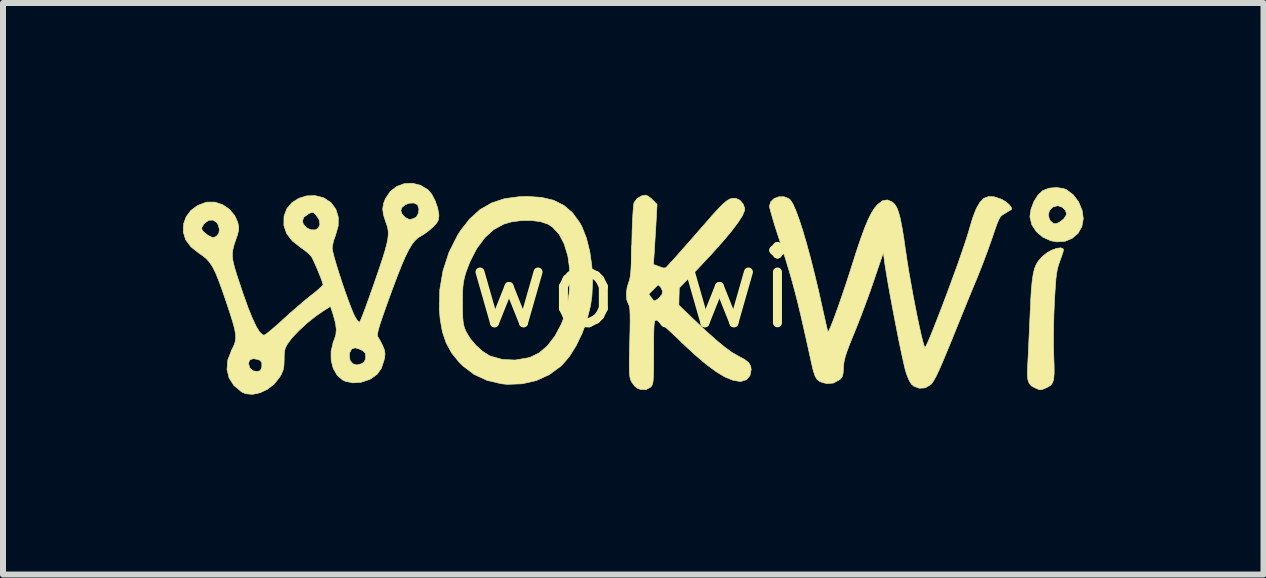
<source format=kicad_pcb>
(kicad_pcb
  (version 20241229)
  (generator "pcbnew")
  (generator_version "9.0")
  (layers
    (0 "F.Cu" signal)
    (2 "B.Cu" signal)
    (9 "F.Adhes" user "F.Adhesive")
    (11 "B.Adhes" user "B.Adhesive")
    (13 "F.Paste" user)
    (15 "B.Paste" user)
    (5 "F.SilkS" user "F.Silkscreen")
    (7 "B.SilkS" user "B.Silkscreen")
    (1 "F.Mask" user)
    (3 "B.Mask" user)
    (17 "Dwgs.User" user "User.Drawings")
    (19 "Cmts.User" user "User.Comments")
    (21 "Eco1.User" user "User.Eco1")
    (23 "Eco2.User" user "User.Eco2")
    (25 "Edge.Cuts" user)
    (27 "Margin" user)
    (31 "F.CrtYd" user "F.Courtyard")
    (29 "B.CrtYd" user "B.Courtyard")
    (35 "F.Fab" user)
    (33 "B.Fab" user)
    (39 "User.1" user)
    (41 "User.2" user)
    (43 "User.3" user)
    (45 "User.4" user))
  (footprint "wokwi"
    (layer "F.Cu")
    (at 7.493 1.752)
    (property "Reference" "wokwi" (at 0 0 0) (layer "F.SilkS") (effects (font (size 1.27 1.27) (thickness 0.15))))
    (attr through_hole)
    (fp_poly (pts (xy 7.186 -1.659) (xy 7.236 -1.64) (xy 7.351 -1.554) (xy 7.441 -1.434) (xy 7.499 -1.293) (xy 7.518 -1.156) (xy 7.494 -1.023) (xy 7.431 -0.913) (xy 7.335 -0.83) (xy 7.216 -0.78) (xy 7.081 -0.769) (xy 6.976 -0.788) (xy 6.842 -0.849) (xy 6.735 -0.941) (xy 6.661 -1.053) (xy 6.63 -1.177) (xy 6.629 -1.197) (xy 6.633 -1.225) (xy 6.935 -1.225) (xy 6.952 -1.148) (xy 6.976 -1.113) (xy 7.021 -1.075) (xy 7.065 -1.072) (xy 7.12 -1.096) (xy 7.192 -1.151) (xy 7.233 -1.215) (xy 7.238 -1.243) (xy 7.217 -1.3) (xy 7.165 -1.348) (xy 7.098 -1.371) (xy 7.091 -1.372) (xy 7.011 -1.351) (xy 6.957 -1.297) (xy 6.935 -1.225) (xy 6.633 -1.225) (xy 6.647 -1.315) (xy 6.693 -1.437) (xy 6.759 -1.545) (xy 6.837 -1.62) (xy 6.844 -1.625) (xy 6.947 -1.664) (xy 7.069 -1.676) (xy 7.186 -1.659)) (stroke (width 0.01) (type solid)) (fill yes) (layer "F.SilkS"))
    (fp_poly (pts (xy 7.181 -0.655) (xy 7.188 -0.633) (xy 7.18 -0.6) (xy 7.158 -0.533) (xy 7.127 -0.448) (xy 7.126 -0.445) (xy 7.104 -0.381) (xy 7.086 -0.316) (xy 7.073 -0.24) (xy 7.061 -0.145) (xy 7.052 -0.021) (xy 7.042 0.139) (xy 7.036 0.248) (xy 7.028 0.438) (xy 7.023 0.641) (xy 7.021 0.84) (xy 7.022 1.018) (xy 7.026 1.144) (xy 7.032 1.309) (xy 7.032 1.431) (xy 7.024 1.519) (xy 7.006 1.579) (xy 6.975 1.62) (xy 6.93 1.65) (xy 6.895 1.666) (xy 6.837 1.69) (xy 6.802 1.697) (xy 6.767 1.688) (xy 6.714 1.665) (xy 6.654 1.632) (xy 6.615 1.588) (xy 6.593 1.523) (xy 6.586 1.429) (xy 6.591 1.294) (xy 6.591 1.29) (xy 6.596 1.196) (xy 6.603 1.063) (xy 6.61 0.899) (xy 6.619 0.717) (xy 6.627 0.527) (xy 6.632 0.419) (xy 6.642 0.195) (xy 6.653 0.016) (xy 6.667 -0.126) (xy 6.684 -0.237) (xy 6.705 -0.324) (xy 6.734 -0.393) (xy 6.77 -0.451) (xy 6.816 -0.504) (xy 6.844 -0.532) (xy 6.917 -0.59) (xy 6.998 -0.634) (xy 7.076 -0.662) (xy 7.141 -0.67) (xy 7.181 -0.655)) (stroke (width 0.01) (type solid)) (fill yes) (layer "F.SilkS"))
    (fp_poly (pts (xy -1.514 -1.511) (xy -1.311 -1.462) (xy -1.141 -1.377) (xy -0.999 -1.256) (xy -0.881 -1.095) (xy -0.842 -1.025) (xy -0.767 -0.836) (xy -0.711 -0.613) (xy -0.676 -0.37) (xy -0.663 -0.118) (xy -0.674 0.128) (xy -0.697 0.292) (xy -0.755 0.525) (xy -0.836 0.751) (xy -0.937 0.961) (xy -1.051 1.143) (xy -1.173 1.286) (xy -1.192 1.303) (xy -1.385 1.444) (xy -1.602 1.543) (xy -1.838 1.597) (xy -2.085 1.606) (xy -2.184 1.596) (xy -2.423 1.54) (xy -2.639 1.44) (xy -2.828 1.297) (xy -2.89 1.235) (xy -3.013 1.082) (xy -3.103 0.918) (xy -3.166 0.735) (xy -3.204 0.521) (xy -3.218 0.356) (xy -3.215 0.248) (xy -2.832 0.248) (xy -2.832 0.254) (xy -2.831 0.398) (xy -2.827 0.503) (xy -2.819 0.58) (xy -2.806 0.642) (xy -2.785 0.7) (xy -2.772 0.729) (xy -2.704 0.843) (xy -2.606 0.958) (xy -2.495 1.057) (xy -2.385 1.127) (xy -2.368 1.135) (xy -2.168 1.191) (xy -1.954 1.201) (xy -1.734 1.163) (xy -1.697 1.152) (xy -1.551 1.08) (xy -1.414 0.962) (xy -1.291 0.802) (xy -1.185 0.603) (xy -1.126 0.453) (xy -1.082 0.282) (xy -1.054 0.081) (xy -1.042 -0.133) (xy -1.049 -0.341) (xy -1.074 -0.526) (xy -1.077 -0.539) (xy -1.138 -0.739) (xy -1.223 -0.899) (xy -1.331 -1.015) (xy -1.405 -1.064) (xy -1.528 -1.106) (xy -1.681 -1.126) (xy -1.848 -1.125) (xy -2.014 -1.103) (xy -2.141 -1.067) (xy -2.308 -0.977) (xy -2.459 -0.841) (xy -2.593 -0.661) (xy -2.708 -0.438) (xy -2.773 -0.267) (xy -2.798 -0.183) (xy -2.815 -0.103) (xy -2.826 -0.014) (xy -2.831 0.099) (xy -2.832 0.248) (xy -3.215 0.248) (xy -3.211 0.031) (xy -3.157 -0.287) (xy -3.058 -0.592) (xy -2.916 -0.875) (xy -2.867 -0.953) (xy -2.711 -1.153) (xy -2.54 -1.307) (xy -2.347 -1.418) (xy -2.13 -1.49) (xy -1.881 -1.523) (xy -1.754 -1.527) (xy -1.514 -1.511)) (stroke (width 0.01) (type solid)) (fill yes) (layer "F.SilkS"))
    (fp_poly (pts (xy 0.26 -1.533) (xy 0.316 -1.49) (xy 0.335 -1.472) (xy 0.412 -1.395) (xy 0.396 -1.11) (xy 0.388 -0.966) (xy 0.378 -0.811) (xy 0.37 -0.672) (xy 0.366 -0.609) (xy 0.351 -0.393) (xy 0.448 -0.358) (xy 0.545 -0.323) (xy 0.694 -0.485) (xy 0.757 -0.555) (xy 0.845 -0.655) (xy 0.951 -0.775) (xy 1.066 -0.907) (xy 1.184 -1.042) (xy 1.201 -1.061) (xy 1.328 -1.207) (xy 1.428 -1.317) (xy 1.507 -1.397) (xy 1.569 -1.45) (xy 1.621 -1.482) (xy 1.667 -1.496) (xy 1.712 -1.496) (xy 1.728 -1.494) (xy 1.793 -1.463) (xy 1.846 -1.402) (xy 1.873 -1.33) (xy 1.871 -1.291) (xy 1.835 -1.207) (xy 1.761 -1.091) (xy 1.65 -0.945) (xy 1.503 -0.77) (xy 1.322 -0.567) (xy 1.107 -0.338) (xy 1.045 -0.273) (xy 0.782 -0.001) (xy 0.778 0.142) (xy 0.775 0.285) (xy 1.017 0.518) (xy 1.223 0.712) (xy 1.398 0.869) (xy 1.545 0.99) (xy 1.664 1.076) (xy 1.757 1.13) (xy 1.758 1.13) (xy 1.869 1.189) (xy 1.939 1.244) (xy 1.973 1.303) (xy 1.981 1.36) (xy 1.961 1.46) (xy 1.905 1.527) (xy 1.816 1.556) (xy 1.783 1.556) (xy 1.672 1.536) (xy 1.544 1.484) (xy 1.398 1.396) (xy 1.232 1.273) (xy 1.041 1.111) (xy 0.825 0.91) (xy 0.775 0.861) (xy 0.666 0.757) (xy 0.567 0.666) (xy 0.485 0.595) (xy 0.426 0.549) (xy 0.398 0.533) (xy 0.383 0.538) (xy 0.373 0.555) (xy 0.365 0.591) (xy 0.36 0.652) (xy 0.357 0.745) (xy 0.356 0.876) (xy 0.356 1.051) (xy 0.356 1.067) (xy 0.355 1.245) (xy 0.354 1.38) (xy 0.351 1.478) (xy 0.346 1.546) (xy 0.338 1.592) (xy 0.327 1.622) (xy 0.312 1.643) (xy 0.305 1.651) (xy 0.229 1.694) (xy 0.136 1.691) (xy 0.085 1.672) (xy 0.036 1.632) (xy -0.01 1.57) (xy -0.014 1.563) (xy -0.029 1.531) (xy -0.039 1.494) (xy -0.046 1.444) (xy -0.05 1.374) (xy -0.051 1.276) (xy -0.05 1.145) (xy -0.046 0.972) (xy -0.044 0.899) (xy -0.039 0.705) (xy -0.037 0.557) (xy -0.038 0.446) (xy -0.041 0.368) (xy -0.048 0.315) (xy -0.057 0.282) (xy -0.065 0.268) (xy -0.093 0.197) (xy -0.1 0.098) (xy -0.096 0.063) (xy 0.211 0.063) (xy 0.214 0.139) (xy 0.229 0.179) (xy 0.276 0.22) (xy 0.342 0.224) (xy 0.415 0.192) (xy 0.446 0.166) (xy 0.496 0.103) (xy 0.503 0.048) (xy 0.47 -0.018) (xy 0.468 -0.02) (xy 0.412 -0.069) (xy 0.348 -0.078) (xy 0.287 -0.053) (xy 0.239 -0.004) (xy 0.211 0.063) (xy -0.096 0.063) (xy -0.087 -0.01) (xy -0.06 -0.096) (xy -0.046 -0.138) (xy -0.035 -0.196) (xy -0.026 -0.277) (xy -0.019 -0.387) (xy -0.013 -0.533) (xy -0.009 -0.722) (xy -0.008 -0.775) (xy -0.004 -0.946) (xy 0.002 -1.103) (xy 0.009 -1.238) (xy 0.017 -1.343) (xy 0.025 -1.409) (xy 0.029 -1.425) (xy 0.078 -1.491) (xy 0.155 -1.537) (xy 0.219 -1.549) (xy 0.26 -1.533)) (stroke (width 0.01) (type solid)) (fill yes) (layer "F.SilkS"))
    (fp_poly (pts (xy 6.032 -1.521) (xy 6.141 -1.485) (xy 6.164 -1.475) (xy 6.226 -1.438) (xy 6.281 -1.391) (xy 6.317 -1.346) (xy 6.324 -1.314) (xy 6.32 -1.31) (xy 6.295 -1.295) (xy 6.243 -1.263) (xy 6.219 -1.248) (xy 6.182 -1.226) (xy 6.154 -1.206) (xy 6.131 -1.18) (xy 6.109 -1.139) (xy 6.083 -1.078) (xy 6.051 -0.988) (xy 6.007 -0.86) (xy 5.982 -0.787) (xy 5.926 -0.63) (xy 5.859 -0.451) (xy 5.79 -0.274) (xy 5.741 -0.152) (xy 5.695 -0.042) (xy 5.634 0.105) (xy 5.563 0.279) (xy 5.485 0.47) (xy 5.405 0.668) (xy 5.331 0.851) (xy 5.242 1.067) (xy 5.17 1.24) (xy 5.111 1.374) (xy 5.063 1.474) (xy 5.024 1.545) (xy 4.992 1.591) (xy 4.977 1.607) (xy 4.885 1.664) (xy 4.785 1.671) (xy 4.695 1.638) (xy 4.654 1.604) (xy 4.617 1.546) (xy 4.579 1.454) (xy 4.562 1.404) (xy 4.543 1.336) (xy 4.518 1.225) (xy 4.486 1.08) (xy 4.45 0.909) (xy 4.412 0.718) (xy 4.373 0.517) (xy 4.334 0.313) (xy 4.297 0.113) (xy 4.264 -0.074) (xy 4.235 -0.242) (xy 4.213 -0.381) (xy 4.203 -0.455) (xy 4.185 -0.592) (xy 4.026 -0.125) (xy 3.962 0.061) (xy 3.886 0.268) (xy 3.808 0.476) (xy 3.733 0.666) (xy 3.695 0.76) (xy 3.629 0.922) (xy 3.582 1.046) (xy 3.55 1.143) (xy 3.531 1.22) (xy 3.521 1.288) (xy 3.519 1.328) (xy 3.514 1.42) (xy 3.499 1.477) (xy 3.469 1.517) (xy 3.457 1.527) (xy 3.354 1.584) (xy 3.243 1.593) (xy 3.177 1.578) (xy 3.12 1.556) (xy 3.078 1.522) (xy 3.046 1.467) (xy 3.017 1.381) (xy 2.987 1.255) (xy 2.985 1.245) (xy 2.918 0.94) (xy 2.859 0.678) (xy 2.807 0.449) (xy 2.758 0.246) (xy 2.711 0.062) (xy 2.664 -0.113) (xy 2.614 -0.286) (xy 2.56 -0.464) (xy 2.499 -0.657) (xy 2.43 -0.871) (xy 2.411 -0.929) (xy 2.368 -1.064) (xy 2.332 -1.185) (xy 2.304 -1.284) (xy 2.288 -1.349) (xy 2.286 -1.367) (xy 2.308 -1.439) (xy 2.364 -1.492) (xy 2.442 -1.521) (xy 2.526 -1.522) (xy 2.605 -1.493) (xy 2.635 -1.467) (xy 2.676 -1.404) (xy 2.725 -1.295) (xy 2.78 -1.145) (xy 2.841 -0.958) (xy 2.905 -0.74) (xy 2.972 -0.494) (xy 3.04 -0.224) (xy 3.109 0.064) (xy 3.162 0.303) (xy 3.193 0.442) (xy 3.22 0.562) (xy 3.241 0.655) (xy 3.256 0.714) (xy 3.261 0.729) (xy 3.275 0.713) (xy 3.302 0.654) (xy 3.341 0.559) (xy 3.388 0.433) (xy 3.442 0.283) (xy 3.5 0.115) (xy 3.561 -0.066) (xy 3.622 -0.253) (xy 3.66 -0.373) (xy 3.741 -0.626) (xy 3.812 -0.836) (xy 3.874 -1.005) (xy 3.931 -1.141) (xy 3.983 -1.246) (xy 4.033 -1.326) (xy 4.083 -1.386) (xy 4.087 -1.391) (xy 4.172 -1.455) (xy 4.252 -1.469) (xy 4.331 -1.435) (xy 4.354 -1.416) (xy 4.387 -1.379) (xy 4.416 -1.325) (xy 4.443 -1.249) (xy 4.469 -1.147) (xy 4.496 -1.01) (xy 4.525 -0.835) (xy 4.556 -0.616) (xy 4.559 -0.601) (xy 4.582 -0.444) (xy 4.61 -0.27) (xy 4.643 -0.085) (xy 4.677 0.104) (xy 4.713 0.291) (xy 4.748 0.469) (xy 4.782 0.631) (xy 4.813 0.77) (xy 4.84 0.881) (xy 4.862 0.957) (xy 4.876 0.99) (xy 4.878 0.991) (xy 4.895 0.968) (xy 4.926 0.903) (xy 4.969 0.802) (xy 5.022 0.671) (xy 5.083 0.516) (xy 5.15 0.343) (xy 5.22 0.159) (xy 5.291 -0.032) (xy 5.361 -0.223) (xy 5.428 -0.407) (xy 5.488 -0.58) (xy 5.541 -0.735) (xy 5.584 -0.866) (xy 5.614 -0.966) (xy 5.615 -0.972) (xy 5.675 -1.171) (xy 5.733 -1.322) (xy 5.795 -1.43) (xy 5.863 -1.497) (xy 5.941 -1.526) (xy 6.032 -1.521)) (stroke (width 0.01) (type solid)) (fill yes) (layer "F.SilkS"))
    (fp_poly (pts (xy -3.53 -1.712) (xy -3.404 -1.635) (xy -3.345 -1.563) (xy -3.29 -1.459) (xy -3.248 -1.341) (xy -3.227 -1.23) (xy -3.226 -1.202) (xy -3.234 -1.137) (xy -3.265 -1.08) (xy -3.328 -1.013) (xy -3.329 -1.012) (xy -3.408 -0.945) (xy -3.494 -0.885) (xy -3.531 -0.864) (xy -3.581 -0.832) (xy -3.629 -0.786) (xy -3.678 -0.722) (xy -3.729 -0.636) (xy -3.785 -0.523) (xy -3.847 -0.38) (xy -3.918 -0.201) (xy -4 0.017) (xy -4.095 0.278) (xy -4.113 0.33) (xy -4.172 0.496) (xy -4.213 0.62) (xy -4.238 0.709) (xy -4.249 0.768) (xy -4.248 0.802) (xy -4.244 0.813) (xy -4.216 0.858) (xy -4.179 0.928) (xy -4.163 0.96) (xy -4.133 1.035) (xy -4.124 1.098) (xy -4.134 1.177) (xy -4.139 1.198) (xy -4.184 1.336) (xy -4.255 1.438) (xy -4.361 1.514) (xy -4.383 1.525) (xy -4.521 1.571) (xy -4.661 1.581) (xy -4.788 1.554) (xy -4.828 1.535) (xy -4.922 1.453) (xy -4.988 1.339) (xy -5.022 1.203) (xy -5.023 1.124) (xy -4.719 1.124) (xy -4.707 1.208) (xy -4.661 1.263) (xy -4.594 1.283) (xy -4.515 1.263) (xy -4.477 1.238) (xy -4.453 1.196) (xy -4.445 1.139) (xy -4.455 1.084) (xy -4.494 1.045) (xy -4.535 1.023) (xy -4.62 0.997) (xy -4.679 1.015) (xy -4.712 1.076) (xy -4.719 1.124) (xy -5.023 1.124) (xy -5.023 1.056) (xy -4.989 0.909) (xy -4.976 0.876) (xy -4.944 0.784) (xy -4.936 0.69) (xy -4.95 0.58) (xy -4.989 0.442) (xy -4.994 0.426) (xy -5.033 0.306) (xy -5.139 0.373) (xy -5.28 0.47) (xy -5.425 0.586) (xy -5.559 0.709) (xy -5.668 0.824) (xy -5.694 0.856) (xy -5.751 0.934) (xy -5.784 0.993) (xy -5.8 1.054) (xy -5.805 1.136) (xy -5.805 1.183) (xy -5.809 1.289) (xy -5.822 1.366) (xy -5.85 1.434) (xy -5.882 1.489) (xy -5.972 1.601) (xy -6.085 1.689) (xy -6.208 1.747) (xy -6.333 1.773) (xy -6.448 1.762) (xy -6.515 1.732) (xy -6.643 1.625) (xy -6.724 1.498) (xy -6.758 1.356) (xy -6.749 1.257) (xy -6.401 1.257) (xy -6.379 1.332) (xy -6.323 1.381) (xy -6.252 1.392) (xy -6.203 1.377) (xy -6.182 1.335) (xy -6.177 1.302) (xy -6.178 1.241) (xy -6.206 1.207) (xy -6.237 1.193) (xy -6.319 1.177) (xy -6.376 1.197) (xy -6.4 1.249) (xy -6.401 1.257) (xy -6.749 1.257) (xy -6.745 1.201) (xy -6.682 1.037) (xy -6.677 1.028) (xy -6.645 0.962) (xy -6.623 0.901) (xy -6.613 0.838) (xy -6.616 0.764) (xy -6.633 0.673) (xy -6.665 0.557) (xy -6.712 0.408) (xy -6.77 0.233) (xy -6.84 0.03) (xy -6.899 -0.131) (xy -6.95 -0.256) (xy -6.999 -0.353) (xy -7.047 -0.427) (xy -7.1 -0.486) (xy -7.159 -0.536) (xy -7.221 -0.577) (xy -7.358 -0.685) (xy -7.448 -0.805) (xy -7.488 -0.936) (xy -7.484 -1.005) (xy -7.18 -1.005) (xy -7.175 -0.97) (xy -7.147 -0.936) (xy -7.08 -0.881) (xy -7.005 -0.844) (xy -6.99 -0.84) (xy -6.964 -0.849) (xy -6.933 -0.864) (xy -6.894 -0.911) (xy -6.885 -0.981) (xy -6.907 -1.057) (xy -6.93 -1.093) (xy -6.99 -1.133) (xy -7.06 -1.13) (xy -7.127 -1.086) (xy -7.153 -1.053) (xy -7.18 -1.005) (xy -7.484 -1.005) (xy -7.48 -1.075) (xy -7.44 -1.186) (xy -7.363 -1.291) (xy -7.25 -1.375) (xy -7.114 -1.427) (xy -7.09 -1.432) (xy -6.958 -1.432) (xy -6.83 -1.389) (xy -6.716 -1.311) (xy -6.628 -1.205) (xy -6.579 -1.093) (xy -6.564 -1.024) (xy -6.565 -0.963) (xy -6.583 -0.89) (xy -6.604 -0.828) (xy -6.641 -0.719) (xy -6.663 -0.63) (xy -6.67 -0.547) (xy -6.661 -0.46) (xy -6.636 -0.354) (xy -6.594 -0.217) (xy -6.577 -0.164) (xy -6.486 0.108) (xy -6.405 0.333) (xy -6.333 0.511) (xy -6.27 0.643) (xy -6.215 0.732) (xy -6.167 0.779) (xy -6.139 0.787) (xy -6.111 0.77) (xy -6.052 0.725) (xy -5.972 0.657) (xy -5.876 0.573) (xy -5.829 0.53) (xy -5.71 0.422) (xy -5.583 0.312) (xy -5.464 0.21) (xy -5.365 0.129) (xy -5.353 0.12) (xy -5.269 0.053) (xy -5.203 -0.004) (xy -5.164 -0.043) (xy -5.156 -0.054) (xy -5.166 -0.092) (xy -5.191 -0.163) (xy -5.227 -0.253) (xy -5.267 -0.348) (xy -5.306 -0.436) (xy -5.338 -0.502) (xy -5.351 -0.524) (xy -5.395 -0.572) (xy -5.466 -0.631) (xy -5.526 -0.673) (xy -5.669 -0.785) (xy -5.764 -0.908) (xy -5.81 -1.043) (xy -5.809 -1.119) (xy -5.501 -1.119) (xy -5.486 -1.066) (xy -5.432 -1.005) (xy -5.361 -0.971) (xy -5.288 -0.969) (xy -5.237 -0.996) (xy -5.209 -1.057) (xy -5.22 -1.134) (xy -5.266 -1.208) (xy -5.308 -1.252) (xy -5.342 -1.262) (xy -5.392 -1.241) (xy -5.402 -1.236) (xy -5.477 -1.181) (xy -5.501 -1.119) (xy -5.809 -1.119) (xy -5.808 -1.19) (xy -5.806 -1.204) (xy -5.759 -1.325) (xy -5.675 -1.423) (xy -5.563 -1.495) (xy -5.432 -1.536) (xy -5.293 -1.541) (xy -5.155 -1.507) (xy -5.141 -1.501) (xy -5.024 -1.423) (xy -4.944 -1.314) (xy -4.903 -1.183) (xy -4.904 -1.037) (xy -4.948 -0.883) (xy -4.951 -0.874) (xy -4.983 -0.784) (xy -5.002 -0.694) (xy -5.004 -0.663) (xy -4.995 -0.609) (xy -4.972 -0.516) (xy -4.937 -0.395) (xy -4.893 -0.253) (xy -4.844 -0.102) (xy -4.792 0.051) (xy -4.74 0.196) (xy -4.692 0.323) (xy -4.651 0.423) (xy -4.631 0.467) (xy -4.593 0.531) (xy -4.561 0.566) (xy -4.547 0.568) (xy -4.531 0.538) (xy -4.503 0.468) (xy -4.464 0.367) (xy -4.419 0.244) (xy -4.386 0.152) (xy -4.298 -0.097) (xy -4.227 -0.304) (xy -4.17 -0.474) (xy -4.127 -0.611) (xy -4.097 -0.722) (xy -4.078 -0.811) (xy -4.07 -0.884) (xy -4.07 -0.946) (xy -4.079 -1.001) (xy -4.095 -1.057) (xy -4.112 -1.102) (xy -4.15 -1.224) (xy -4.159 -1.292) (xy -3.861 -1.292) (xy -3.839 -1.231) (xy -3.787 -1.176) (xy -3.722 -1.145) (xy -3.704 -1.143) (xy -3.642 -1.16) (xy -3.602 -1.185) (xy -3.566 -1.245) (xy -3.558 -1.319) (xy -3.578 -1.382) (xy -3.586 -1.392) (xy -3.643 -1.418) (xy -3.716 -1.415) (xy -3.788 -1.388) (xy -3.842 -1.343) (xy -3.861 -1.292) (xy -4.159 -1.292) (xy -4.162 -1.322) (xy -4.147 -1.413) (xy -4.117 -1.489) (xy -4.037 -1.609) (xy -3.929 -1.693) (xy -3.802 -1.74) (xy -3.666 -1.747) (xy -3.53 -1.712)) (stroke (width 0.01) (type solid)) (fill yes) (layer "F.SilkS")))
  (gr_rect
    (start -3 -3)
    (end 18.016 6.529)
    (stroke (width 0.1) (type default))
    (fill no)
    (layer "Edge.Cuts")))
</source>
